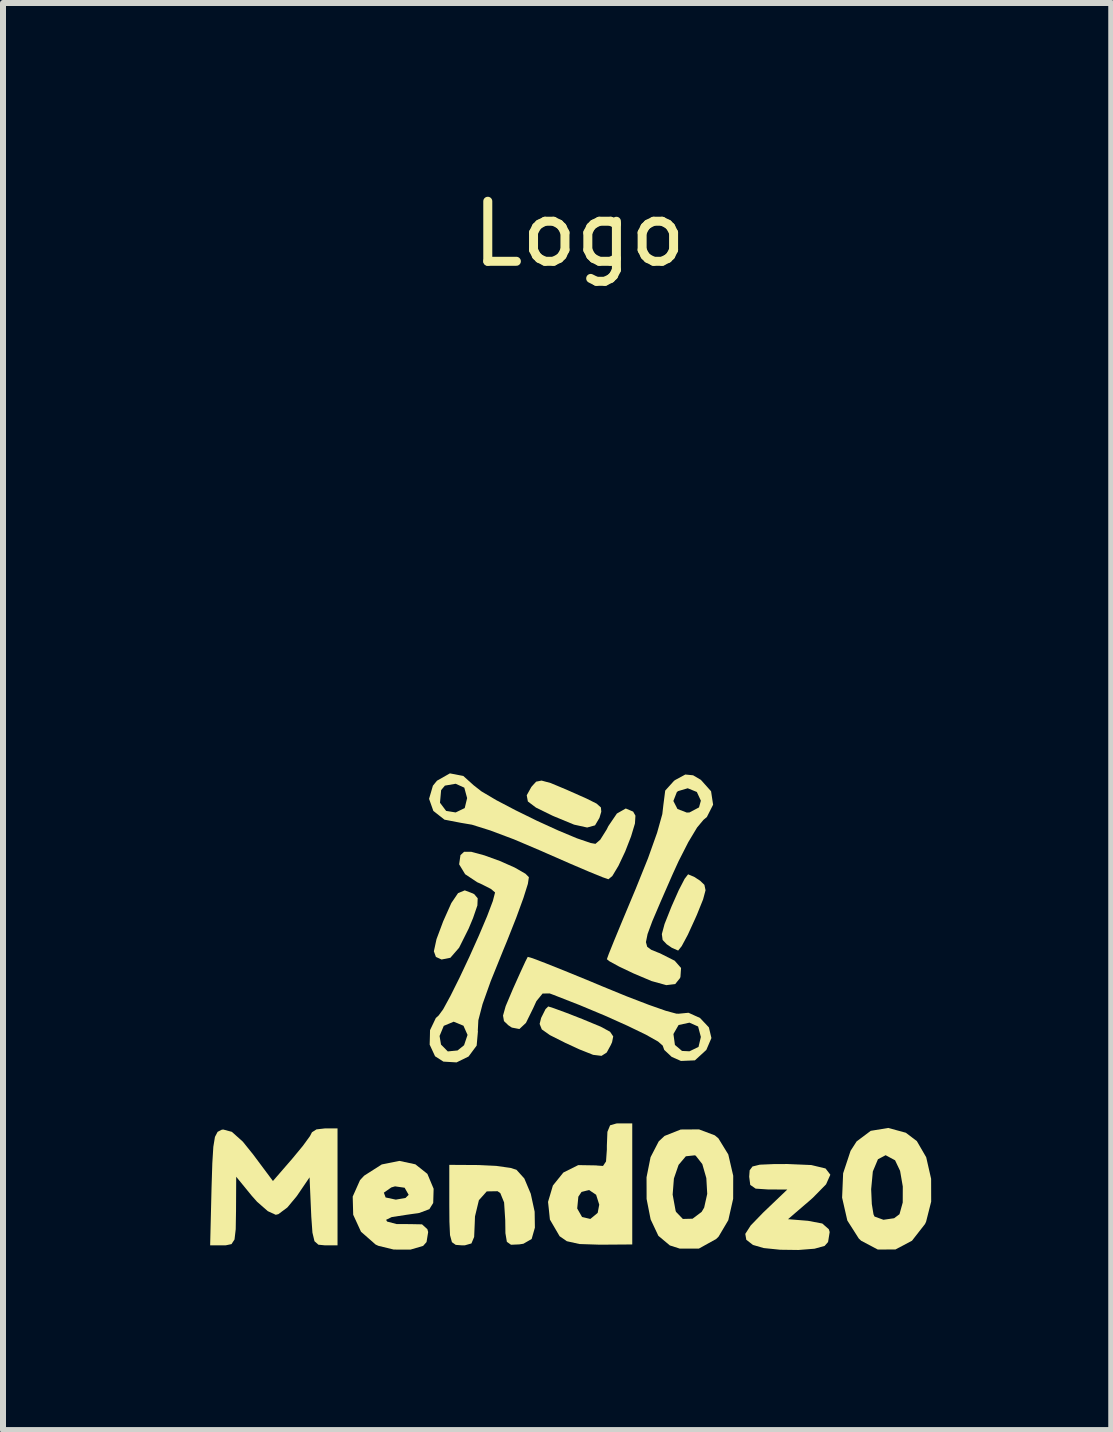
<source format=kicad_pcb>
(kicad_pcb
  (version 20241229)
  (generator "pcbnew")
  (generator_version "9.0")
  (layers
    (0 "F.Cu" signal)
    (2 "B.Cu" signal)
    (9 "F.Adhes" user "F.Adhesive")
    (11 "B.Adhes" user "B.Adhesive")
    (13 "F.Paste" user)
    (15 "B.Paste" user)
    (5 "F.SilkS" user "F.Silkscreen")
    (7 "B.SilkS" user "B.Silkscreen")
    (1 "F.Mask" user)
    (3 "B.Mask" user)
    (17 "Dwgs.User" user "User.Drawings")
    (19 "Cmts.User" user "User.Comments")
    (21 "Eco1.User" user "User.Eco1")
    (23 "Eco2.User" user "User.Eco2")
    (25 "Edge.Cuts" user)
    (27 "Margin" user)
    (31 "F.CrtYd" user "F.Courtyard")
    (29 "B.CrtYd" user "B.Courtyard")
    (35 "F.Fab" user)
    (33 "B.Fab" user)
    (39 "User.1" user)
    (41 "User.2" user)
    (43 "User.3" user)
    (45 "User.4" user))
  (footprint "Logo"
    (layer "F.Cu")
    (at 0.25 9.738)
    (property "Reference" "Logo" (at 6.35 -8.89 0) (unlocked yes) (layer "F.SilkS") (effects (font (size 1 1) (thickness 0.15))))
    (fp_poly (pts (xy 4.579 2.097) (xy 4.602 2.11) (xy 4.658 2.177) (xy 4.653 2.296) (xy 4.581 2.506) (xy 4.508 2.681) (xy 4.348 3.001) (xy 4.203 3.168) (xy 4.056 3.197) (xy 3.962 3.154) (xy 3.928 3.06) (xy 3.972 2.858) (xy 4.083 2.561) (xy 4.219 2.256) (xy 4.331 2.091) (xy 4.443 2.045)) (stroke (width 0) (type solid)) (fill yes) (layer "F.SilkS"))
    (fp_poly (pts (xy 5.928 4.009) (xy 6.135 4.085) (xy 6.412 4.193) (xy 6.423 4.198) (xy 6.708 4.316) (xy 6.863 4.4) (xy 6.916 4.478) (xy 6.897 4.574) (xy 6.876 4.621) (xy 6.807 4.747) (xy 6.721 4.802) (xy 6.581 4.785) (xy 6.352 4.694) (xy 6.12 4.587) (xy 5.86 4.456) (xy 5.726 4.361) (xy 5.69 4.27) (xy 5.715 4.17) (xy 5.788 4.024) (xy 5.833 3.979)) (stroke (width 0) (type solid)) (fill yes) (layer "F.SilkS"))
    (fp_poly (pts (xy 5.874 0.257) (xy 6.132 0.365) (xy 6.177 0.385) (xy 6.47 0.515) (xy 6.638 0.599) (xy 6.711 0.664) (xy 6.717 0.735) (xy 6.686 0.839) (xy 6.685 0.84) (xy 6.613 0.962) (xy 6.482 0.998) (xy 6.264 0.95) (xy 5.932 0.813) (xy 5.9 0.799) (xy 5.629 0.666) (xy 5.494 0.564) (xy 5.475 0.461) (xy 5.55 0.326) (xy 5.563 0.309) (xy 5.632 0.234) (xy 5.722 0.216)) (stroke (width 0) (type solid)) (fill yes) (layer "F.SilkS"))
    (fp_poly (pts (xy 8.268 1.822) (xy 8.363 1.884) (xy 8.435 1.953) (xy 8.454 2.043) (xy 8.413 2.196) (xy 8.309 2.454) (xy 8.28 2.519) (xy 8.159 2.784) (xy 8.057 2.974) (xy 7.998 3.048) (xy 7.998 3.048) (xy 7.893 3.002) (xy 7.806 2.942) (xy 7.739 2.871) (xy 7.726 2.773) (xy 7.771 2.606) (xy 7.881 2.329) (xy 7.89 2.307) (xy 8.008 2.041) (xy 8.106 1.852) (xy 8.163 1.778) (xy 8.164 1.778)) (stroke (width 0) (type solid)) (fill yes) (layer "F.SilkS"))
    (fp_poly (pts (xy 4.672 6.621) (xy 4.966 6.635) (xy 5.206 6.669) (xy 5.304 6.7) (xy 5.435 6.845) (xy 5.542 7.099) (xy 5.607 7.398) (xy 5.611 7.664) (xy 5.557 7.853) (xy 5.42 7.932) (xy 5.35 7.943) (xy 5.213 7.949) (xy 5.144 7.9) (xy 5.12 7.756) (xy 5.117 7.538) (xy 5.098 7.244) (xy 5.035 7.089) (xy 4.989 7.057) (xy 4.809 7.06) (xy 4.678 7.207) (xy 4.613 7.477) (xy 4.609 7.588) (xy 4.599 7.819) (xy 4.554 7.927) (xy 4.446 7.958) (xy 4.397 7.959) (xy 4.292 7.951) (xy 4.229 7.906) (xy 4.197 7.789) (xy 4.187 7.564) (xy 4.185 7.288) (xy 4.185 6.618)) (stroke (width 0) (type solid)) (fill yes) (layer "F.SilkS"))
    (fp_poly (pts (xy 7.233 7.944) (xy 6.693 7.948) (xy 6.355 7.937) (xy 6.143 7.89) (xy 6.023 7.807) (xy 5.861 7.529) (xy 5.842 7.345) (xy 6.316 7.345) (xy 6.397 7.487) (xy 6.535 7.519) (xy 6.657 7.418) (xy 6.683 7.281) (xy 6.631 7.116) (xy 6.513 7.037) (xy 6.388 7.069) (xy 6.335 7.148) (xy 6.316 7.345) (xy 5.842 7.345) (xy 5.83 7.235) (xy 5.911 6.962) (xy 6.085 6.746) (xy 6.333 6.622) (xy 6.636 6.627) (xy 6.642 6.629) (xy 6.746 6.636) (xy 6.796 6.561) (xy 6.81 6.364) (xy 6.81 6.3) (xy 6.819 6.068) (xy 6.864 5.959) (xy 6.971 5.928) (xy 7.022 5.927) (xy 7.233 5.927)) (stroke (width 0) (type solid)) (fill yes) (layer "F.SilkS"))
    (fp_poly (pts (xy 10.216 6.621) (xy 10.453 6.678) (xy 10.533 6.782) (xy 10.462 6.942) (xy 10.244 7.164) (xy 10.197 7.206) (xy 9.828 7.523) (xy 10.16 7.55) (xy 10.399 7.595) (xy 10.508 7.691) (xy 10.522 7.737) (xy 10.495 7.904) (xy 10.438 7.968) (xy 10.27 8.015) (xy 10.001 8.036) (xy 9.697 8.032) (xy 9.423 8.004) (xy 9.244 7.952) (xy 9.244 7.952) (xy 9.133 7.866) (xy 9.116 7.768) (xy 9.206 7.628) (xy 9.412 7.415) (xy 9.456 7.373) (xy 9.816 7.029) (xy 9.498 7.028) (xy 9.289 7.014) (xy 9.199 6.952) (xy 9.181 6.816) (xy 9.189 6.708) (xy 9.236 6.645) (xy 9.358 6.615) (xy 9.591 6.605) (xy 9.818 6.604)) (stroke (width 0) (type solid)) (fill yes) (layer "F.SilkS"))
    (fp_poly (pts (xy 11.791 6.083) (xy 11.974 6.222) (xy 12.13 6.491) (xy 12.212 6.85) (xy 12.213 7.23) (xy 12.128 7.566) (xy 12.11 7.604) (xy 11.893 7.882) (xy 11.619 8.027) (xy 11.324 8.029) (xy 11.046 7.882) (xy 11.007 7.845) (xy 10.816 7.545) (xy 10.729 7.164) (xy 10.735 7.024) (xy 11.213 7.024) (xy 11.224 7.271) (xy 11.252 7.442) (xy 11.269 7.479) (xy 11.418 7.533) (xy 11.596 7.507) (xy 11.685 7.44) (xy 11.739 7.245) (xy 11.74 6.978) (xy 11.695 6.718) (xy 11.612 6.543) (xy 11.61 6.541) (xy 11.454 6.457) (xy 11.326 6.525) (xy 11.241 6.728) (xy 11.213 7.024) (xy 10.735 7.024) (xy 10.746 6.759) (xy 10.87 6.384) (xy 10.971 6.227) (xy 11.206 6.051) (xy 11.498 6.003)) (stroke (width 0) (type solid)) (fill yes) (layer "F.SilkS"))
    (fp_poly (pts (xy 8.608 6.126) (xy 8.668 6.176) (xy 8.833 6.445) (xy 8.915 6.799) (xy 8.914 7.183) (xy 8.833 7.54) (xy 8.671 7.814) (xy 8.631 7.853) (xy 8.343 8.013) (xy 8.024 8.013) (xy 7.859 7.96) (xy 7.668 7.8) (xy 7.539 7.526) (xy 7.472 7.186) (xy 7.472 7.113) (xy 7.906 7.113) (xy 7.955 7.381) (xy 7.962 7.401) (xy 8.076 7.519) (xy 8.238 7.515) (xy 8.389 7.401) (xy 8.431 7.33) (xy 8.482 7.101) (xy 8.467 6.838) (xy 8.4 6.605) (xy 8.291 6.466) (xy 8.275 6.459) (xy 8.126 6.475) (xy 8.005 6.618) (xy 7.927 6.845) (xy 7.906 7.113) (xy 7.472 7.113) (xy 7.471 6.825) (xy 7.538 6.49) (xy 7.674 6.227) (xy 7.771 6.136) (xy 8.041 6.029) (xy 8.345 6.027)) (stroke (width 0) (type solid)) (fill yes) (layer "F.SilkS"))
    (fp_poly (pts (xy 2.323 7.959) (xy 2.115 7.959) (xy 2.004 7.948) (xy 1.939 7.89) (xy 1.905 7.747) (xy 1.886 7.482) (xy 1.882 7.392) (xy 1.857 6.826) (xy 1.645 7.138) (xy 1.487 7.328) (xy 1.338 7.439) (xy 1.294 7.45) (xy 1.161 7.389) (xy 0.983 7.233) (xy 0.894 7.133) (xy 0.635 6.816) (xy 0.632 7.387) (xy 0.627 7.69) (xy 0.607 7.861) (xy 0.557 7.938) (xy 0.463 7.958) (xy 0.415 7.959) (xy 0.201 7.959) (xy 0.224 7.006) (xy 0.237 6.592) (xy 0.254 6.317) (xy 0.281 6.152) (xy 0.325 6.068) (xy 0.39 6.034) (xy 0.418 6.029) (xy 0.563 6.068) (xy 0.746 6.232) (xy 0.918 6.446) (xy 1.247 6.887) (xy 1.571 6.513) (xy 1.746 6.301) (xy 1.864 6.139) (xy 1.897 6.075) (xy 1.972 6.027) (xy 2.111 6.011) (xy 2.323 6.011)) (stroke (width 0) (type solid)) (fill yes) (layer "F.SilkS"))
    (fp_poly (pts (xy 3.62 6.609) (xy 3.82 6.768) (xy 3.924 7.016) (xy 3.917 7.253) (xy 3.853 7.356) (xy 3.686 7.419) (xy 3.465 7.451) (xy 3.225 7.488) (xy 3.132 7.534) (xy 3.15 7.563) (xy 3.306 7.604) (xy 3.529 7.605) (xy 3.53 7.605) (xy 3.731 7.609) (xy 3.82 7.69) (xy 3.833 7.737) (xy 3.806 7.904) (xy 3.749 7.968) (xy 3.538 8.03) (xy 3.26 8.029) (xy 3.004 7.967) (xy 2.958 7.946) (xy 2.714 7.732) (xy 2.584 7.449) (xy 2.576 7.146) (xy 2.605 7.081) (xy 3.095 7.081) (xy 3.124 7.161) (xy 3.292 7.197) (xy 3.296 7.197) (xy 3.456 7.169) (xy 3.508 7.117) (xy 3.441 6.999) (xy 3.281 6.976) (xy 3.219 6.994) (xy 3.095 7.081) (xy 2.605 7.081) (xy 2.698 6.872) (xy 2.767 6.798) (xy 3.06 6.611) (xy 3.355 6.552)) (stroke (width 0) (type solid)) (fill yes) (layer "F.SilkS"))
    (fp_poly (pts (xy 4.418 0.139) (xy 4.593 0.296) (xy 4.721 0.396) (xy 4.966 0.541) (xy 5.288 0.71) (xy 5.646 0.886) (xy 6.001 1.048) (xy 6.312 1.178) (xy 6.54 1.256) (xy 6.62 1.27) (xy 6.7 1.201) (xy 6.808 1.029) (xy 6.835 0.974) (xy 6.977 0.765) (xy 7.125 0.681) (xy 7.248 0.733) (xy 7.286 0.801) (xy 7.278 0.931) (xy 7.213 1.147) (xy 7.115 1.399) (xy 7.003 1.636) (xy 6.901 1.806) (xy 6.836 1.86) (xy 6.738 1.826) (xy 6.515 1.735) (xy 6.199 1.6) (xy 5.82 1.434) (xy 5.709 1.385) (xy 5.262 1.195) (xy 4.868 1.047) (xy 4.562 0.951) (xy 4.379 0.92) (xy 4.104 0.867) (xy 3.919 0.721) (xy 3.871 0.585) (xy 4.03 0.585) (xy 4.132 0.721) (xy 4.291 0.747) (xy 4.442 0.674) (xy 4.482 0.508) (xy 4.435 0.334) (xy 4.291 0.269) (xy 4.112 0.3) (xy 4.049 0.375) (xy 4.03 0.585) (xy 3.871 0.585) (xy 3.848 0.52) (xy 3.912 0.301) (xy 3.98 0.218) (xy 4.195 0.096)) (stroke (width 0) (type solid)) (fill yes) (layer "F.SilkS"))
    (fp_poly (pts (xy 4.553 1.403) (xy 4.77 1.462) (xy 5.029 1.556) (xy 5.275 1.665) (xy 5.454 1.768) (xy 5.511 1.825) (xy 5.494 1.937) (xy 5.42 2.172) (xy 5.3 2.501) (xy 5.145 2.893) (xy 5.083 3.043) (xy 4.875 3.558) (xy 4.739 3.94) (xy 4.669 4.209) (xy 4.66 4.382) (xy 4.662 4.394) (xy 4.641 4.631) (xy 4.506 4.813) (xy 4.306 4.911) (xy 4.087 4.898) (xy 3.948 4.809) (xy 3.858 4.615) (xy 3.862 4.471) (xy 4.023 4.471) (xy 4.047 4.614) (xy 4.16 4.728) (xy 4.323 4.712) (xy 4.431 4.625) (xy 4.489 4.453) (xy 4.421 4.3) (xy 4.258 4.233) (xy 4.093 4.302) (xy 4.023 4.471) (xy 3.862 4.471) (xy 3.864 4.374) (xy 3.961 4.171) (xy 4.006 4.131) (xy 4.083 4.026) (xy 4.205 3.802) (xy 4.357 3.497) (xy 4.521 3.149) (xy 4.679 2.796) (xy 4.815 2.475) (xy 4.91 2.224) (xy 4.947 2.082) (xy 4.947 2.079) (xy 4.878 2.021) (xy 4.704 1.933) (xy 4.651 1.91) (xy 4.449 1.776) (xy 4.349 1.611) (xy 4.371 1.458) (xy 4.432 1.402)) (stroke (width 0) (type solid)) (fill yes) (layer "F.SilkS"))
    (fp_poly (pts (xy 8.247 0.128) (xy 8.376 0.204) (xy 8.546 0.394) (xy 8.58 0.618) (xy 8.476 0.823) (xy 8.418 0.872) (xy 8.313 0.998) (xy 8.167 1.241) (xy 8.004 1.561) (xy 7.901 1.787) (xy 7.704 2.238) (xy 7.567 2.559) (xy 7.488 2.773) (xy 7.461 2.907) (xy 7.482 2.985) (xy 7.548 3.034) (xy 7.655 3.078) (xy 7.694 3.093) (xy 7.94 3.217) (xy 8.046 3.338) (xy 8.036 3.486) (xy 8.029 3.506) (xy 7.949 3.606) (xy 7.8 3.624) (xy 7.555 3.556) (xy 7.255 3.429) (xy 7.015 3.315) (xy 6.854 3.227) (xy 6.81 3.192) (xy 6.841 3.106) (xy 6.927 2.892) (xy 7.056 2.58) (xy 7.216 2.197) (xy 7.289 2.023) (xy 7.496 1.509) (xy 7.647 1.085) (xy 7.734 0.774) (xy 7.752 0.617) (xy 7.76 0.556) (xy 7.918 0.556) (xy 7.986 0.689) (xy 8.141 0.749) (xy 8.186 0.747) (xy 8.345 0.663) (xy 8.376 0.551) (xy 8.309 0.406) (xy 8.157 0.344) (xy 7.995 0.392) (xy 7.975 0.41) (xy 7.918 0.556) (xy 7.76 0.556) (xy 7.782 0.383) (xy 7.929 0.22) (xy 7.951 0.205) (xy 8.117 0.115)) (stroke (width 0) (type solid)) (fill yes) (layer "F.SilkS"))
    (fp_poly (pts (xy 5.573 3.176) (xy 5.783 3.256) (xy 6.094 3.38) (xy 6.48 3.538) (xy 6.722 3.639) (xy 7.142 3.811) (xy 7.509 3.952) (xy 7.794 4.052) (xy 7.968 4.099) (xy 8.006 4.1) (xy 8.17 4.084) (xy 8.362 4.171) (xy 8.508 4.326) (xy 8.51 4.329) (xy 8.552 4.505) (xy 8.468 4.701) (xy 8.465 4.705) (xy 8.277 4.877) (xy 8.044 4.887) (xy 7.89 4.819) (xy 7.766 4.703) (xy 7.74 4.631) (xy 7.664 4.564) (xy 7.46 4.449) (xy 7.437 4.438) (xy 7.919 4.438) (xy 7.944 4.62) (xy 8.062 4.72) (xy 8.186 4.726) (xy 8.337 4.653) (xy 8.376 4.487) (xy 8.33 4.313) (xy 8.186 4.249) (xy 8.005 4.288) (xy 7.919 4.438) (xy 7.437 4.438) (xy 7.154 4.301) (xy 6.777 4.132) (xy 6.356 3.956) (xy 5.921 3.786) (xy 5.857 3.762) (xy 5.739 3.764) (xy 5.636 3.891) (xy 5.583 4.007) (xy 5.462 4.253) (xy 5.353 4.355) (xy 5.227 4.331) (xy 5.168 4.292) (xy 5.096 4.223) (xy 5.08 4.131) (xy 5.124 3.974) (xy 5.236 3.709) (xy 5.248 3.681) (xy 5.365 3.42) (xy 5.453 3.229) (xy 5.492 3.153)) (stroke (width 0) (type solid)) (fill yes) (layer "F.SilkS")))
  (gr_rect
    (start -3 -3)
    (end 15.463 20.774)
    (stroke (width 0.1) (type default))
    (fill no)
    (layer "Edge.Cuts")))
</source>
